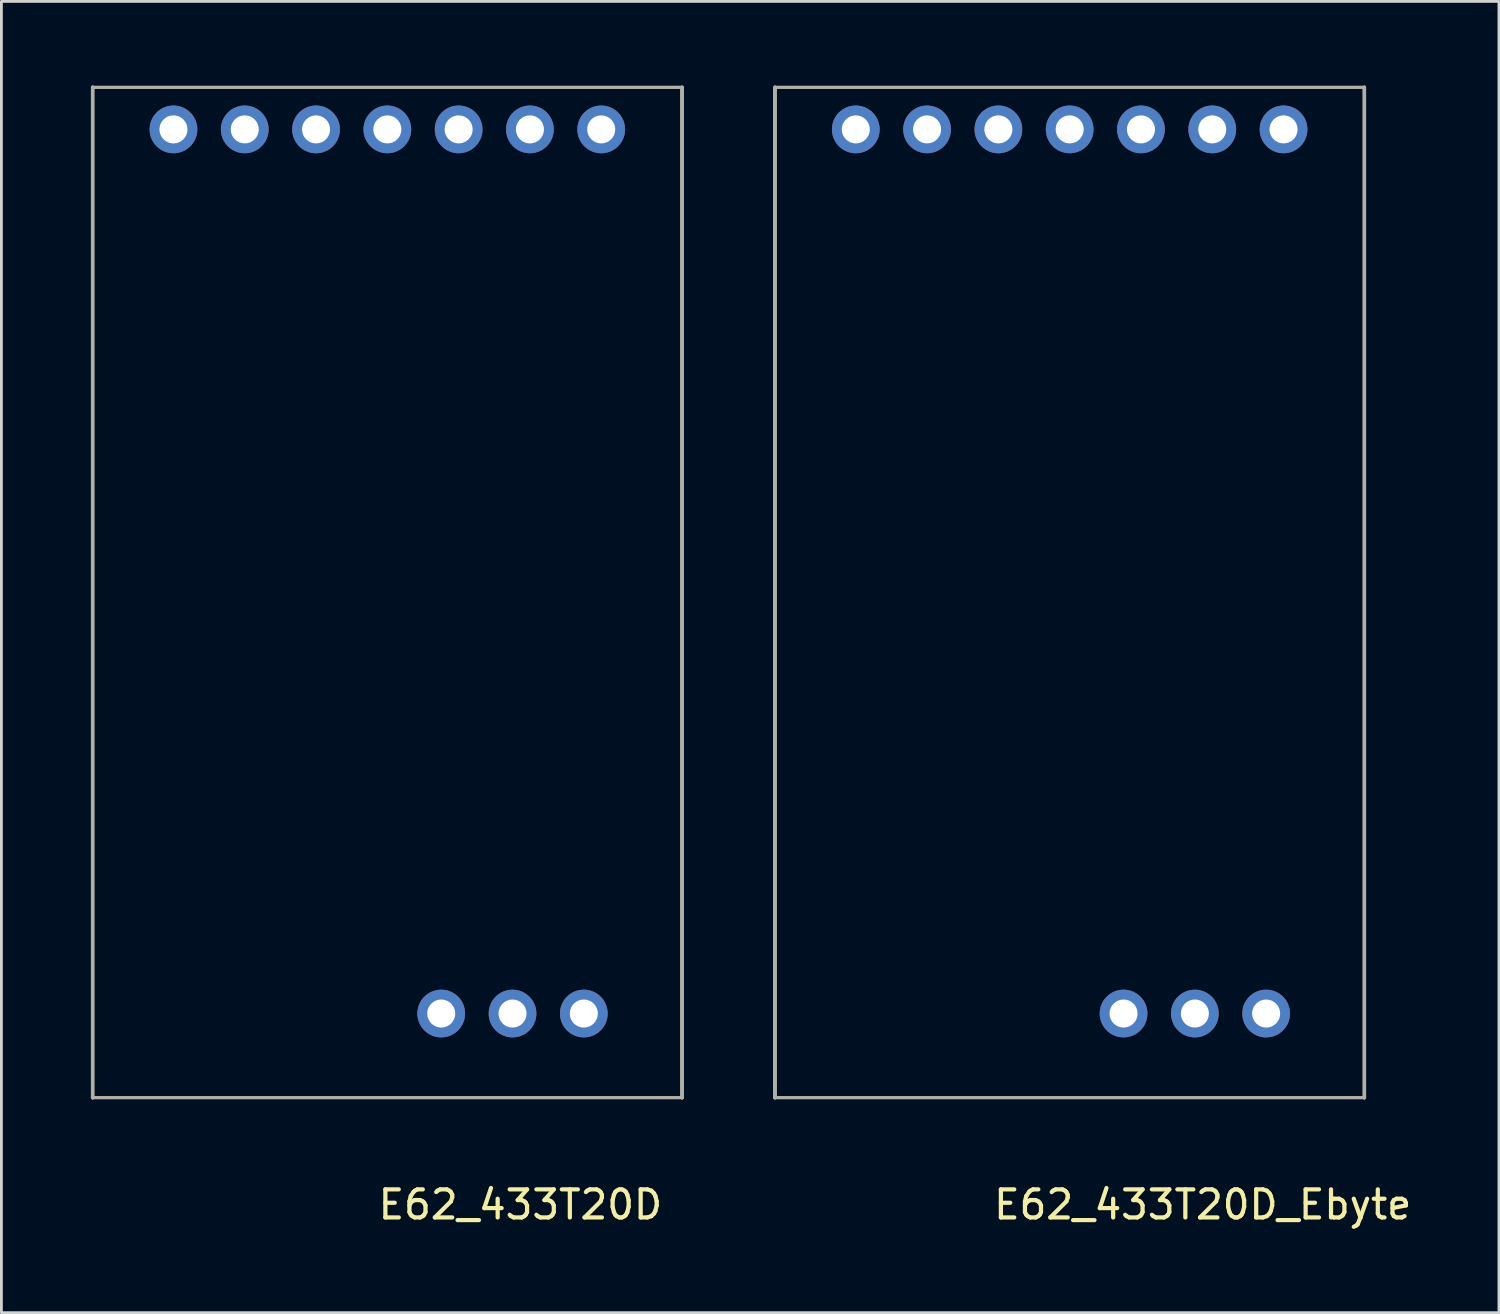
<source format=kicad_pcb>
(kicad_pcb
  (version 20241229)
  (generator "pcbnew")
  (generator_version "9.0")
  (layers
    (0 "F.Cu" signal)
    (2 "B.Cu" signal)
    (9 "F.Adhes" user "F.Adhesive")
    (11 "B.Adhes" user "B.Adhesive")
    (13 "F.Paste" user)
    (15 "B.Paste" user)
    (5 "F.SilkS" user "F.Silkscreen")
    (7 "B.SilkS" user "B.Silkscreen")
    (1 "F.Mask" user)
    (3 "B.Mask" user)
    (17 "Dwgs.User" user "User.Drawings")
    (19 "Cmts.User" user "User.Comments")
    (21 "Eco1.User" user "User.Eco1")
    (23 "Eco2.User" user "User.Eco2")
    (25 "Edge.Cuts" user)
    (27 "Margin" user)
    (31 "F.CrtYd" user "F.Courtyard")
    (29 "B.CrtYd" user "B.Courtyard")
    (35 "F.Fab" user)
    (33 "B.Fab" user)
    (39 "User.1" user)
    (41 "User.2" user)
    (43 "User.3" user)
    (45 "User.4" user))
  (footprint "E62_433T20D_Ebyte"
    (layer "F.Cu")
    (at 24.56 36.06)
    (property "Reference" "E62_433T20D_Ebyte" (at 15.24 3.81 0) (layer "F.SilkS") (effects (font (size 1 1) (thickness 0.15))))
    (attr through_hole)
    (fp_line (start 0 -36) (end 0 0) (stroke (width 0.12) (type solid)) (layer "F.SilkS"))
    (fp_line (start 0 -36) (end 21 -36) (stroke (width 0.1) (type solid)) (layer "F.SilkS"))
    (fp_line (start 0 0) (end 21 0) (stroke (width 0.1) (type solid)) (layer "F.SilkS"))
    (fp_line (start 21 -36) (end 21 0) (stroke (width 0.12) (type solid)) (layer "F.SilkS"))
    (fp_line (start 0 -36) (end 0 0) (stroke (width 0.12) (type solid)) (layer "F.Fab"))
    (fp_line (start 0 -36) (end 21 -36) (stroke (width 0.1) (type solid)) (layer "F.Fab"))
    (fp_line (start 0 0) (end 21 0) (stroke (width 0.1) (type solid)) (layer "F.Fab"))
    (fp_line (start 21 -36) (end 21 0) (stroke (width 0.12) (type solid)) (layer "F.Fab"))
    (pad "1" thru_hole circle (at 18.12 -34.5) (size 1.7 1.7) (drill 1) (layers "*.Cu" "*.Mask"))
    (pad "2" thru_hole circle (at 15.58 -34.5) (size 1.7 1.7) (drill 1) (layers "*.Cu" "*.Mask"))
    (pad "3" thru_hole circle (at 13.04 -34.5) (size 1.7 1.7) (drill 1) (layers "*.Cu" "*.Mask"))
    (pad "4" thru_hole circle (at 10.5 -34.5) (size 1.7 1.7) (drill 1) (layers "*.Cu" "*.Mask"))
    (pad "5" thru_hole circle (at 7.96 -34.5) (size 1.7 1.7) (drill 1) (layers "*.Cu" "*.Mask"))
    (pad "6" thru_hole circle (at 5.42 -34.5) (size 1.7 1.7) (drill 1) (layers "*.Cu" "*.Mask"))
    (pad "7" thru_hole circle (at 2.88 -34.5) (size 1.7 1.7) (drill 1) (layers "*.Cu" "*.Mask"))
    (pad "8" thru_hole circle (at 12.42 -3) (size 1.7 1.7) (drill 1) (layers "*.Cu" "*.Mask"))
    (pad "9" thru_hole circle (at 14.96 -3) (size 1.7 1.7) (drill 1) (layers "*.Cu" "*.Mask"))
    (pad "10" thru_hole circle (at 17.5 -3) (size 1.7 1.7) (drill 1) (layers "*.Cu" "*.Mask")))
  (footprint "E62_433T20D"
    (layer "F.Cu")
    (at 0.25 36.06)
    (property "Reference" "E62_433T20D" (at 15.24 3.81 0) (layer "F.SilkS") (effects (font (size 1 1) (thickness 0.15))))
    (attr through_hole)
    (fp_line (start 0 -36) (end 0 0) (stroke (width 0.12) (type solid)) (layer "F.SilkS"))
    (fp_line (start 0 -36) (end 21 -36) (stroke (width 0.1) (type solid)) (layer "F.SilkS"))
    (fp_line (start 0 0) (end 21 0) (stroke (width 0.1) (type solid)) (layer "F.SilkS"))
    (fp_line (start 21 -36) (end 21 0) (stroke (width 0.12) (type solid)) (layer "F.SilkS"))
    (fp_line (start 0 -36) (end 0 0) (stroke (width 0.12) (type solid)) (layer "F.Fab"))
    (fp_line (start 0 -36) (end 21 -36) (stroke (width 0.1) (type solid)) (layer "F.Fab"))
    (fp_line (start 0 0) (end 21 0) (stroke (width 0.1) (type solid)) (layer "F.Fab"))
    (fp_line (start 21 -36) (end 21 0) (stroke (width 0.12) (type solid)) (layer "F.Fab"))
    (pad "1" thru_hole circle (at 18.12 -34.5) (size 1.7 1.7) (drill 1) (layers "*.Cu" "*.Mask"))
    (pad "2" thru_hole circle (at 15.58 -34.5) (size 1.7 1.7) (drill 1) (layers "*.Cu" "*.Mask"))
    (pad "3" thru_hole circle (at 13.04 -34.5) (size 1.7 1.7) (drill 1) (layers "*.Cu" "*.Mask"))
    (pad "4" thru_hole circle (at 10.5 -34.5) (size 1.7 1.7) (drill 1) (layers "*.Cu" "*.Mask"))
    (pad "5" thru_hole circle (at 7.96 -34.5) (size 1.7 1.7) (drill 1) (layers "*.Cu" "*.Mask"))
    (pad "6" thru_hole circle (at 5.42 -34.5) (size 1.7 1.7) (drill 1) (layers "*.Cu" "*.Mask"))
    (pad "7" thru_hole circle (at 2.88 -34.5) (size 1.7 1.7) (drill 1) (layers "*.Cu" "*.Mask"))
    (pad "8" thru_hole circle (at 12.42 -3) (size 1.7 1.7) (drill 1) (layers "*.Cu" "*.Mask"))
    (pad "9" thru_hole circle (at 14.96 -3) (size 1.7 1.7) (drill 1) (layers "*.Cu" "*.Mask"))
    (pad "10" thru_hole circle (at 17.5 -3) (size 1.7 1.7) (drill 1) (layers "*.Cu" "*.Mask")))
  (gr_rect
    (start -3 -3)
    (end 50.354 43.718)
    (stroke (width 0.1) (type default))
    (fill no)
    (layer "Edge.Cuts")))
</source>
